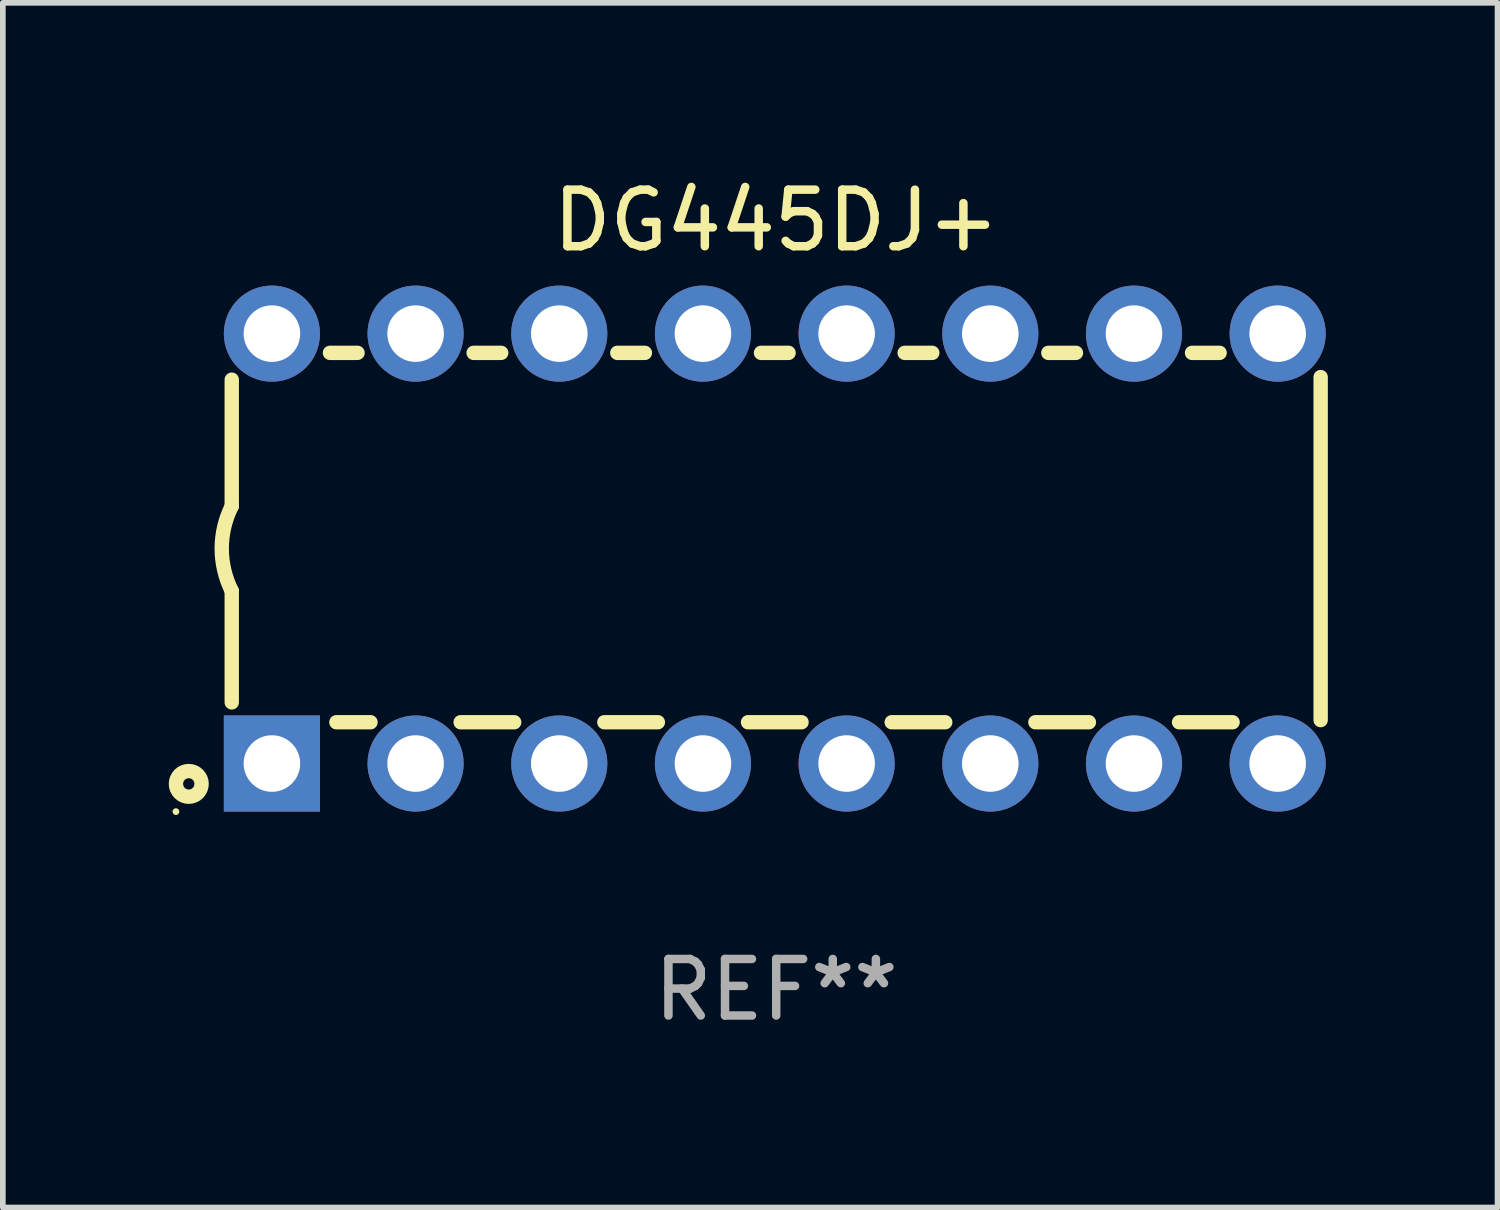
<source format=kicad_pcb>
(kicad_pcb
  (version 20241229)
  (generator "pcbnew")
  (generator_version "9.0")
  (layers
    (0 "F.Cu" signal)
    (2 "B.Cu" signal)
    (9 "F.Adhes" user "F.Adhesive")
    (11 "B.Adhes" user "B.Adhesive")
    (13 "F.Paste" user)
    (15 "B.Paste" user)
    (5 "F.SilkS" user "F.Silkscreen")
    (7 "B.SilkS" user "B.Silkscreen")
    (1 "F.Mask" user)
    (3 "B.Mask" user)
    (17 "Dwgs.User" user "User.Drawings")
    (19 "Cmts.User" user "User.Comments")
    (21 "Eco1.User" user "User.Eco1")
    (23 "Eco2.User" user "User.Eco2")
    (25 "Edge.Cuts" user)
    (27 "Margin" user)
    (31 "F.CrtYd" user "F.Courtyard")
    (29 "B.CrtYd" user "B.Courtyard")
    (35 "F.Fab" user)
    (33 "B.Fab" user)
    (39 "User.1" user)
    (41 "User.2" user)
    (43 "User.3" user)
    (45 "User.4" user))
  (footprint "DG445DJ+"
    (layer "F.Cu")
    (at 10.672 6.648)
    (property "Reference" "DG445DJ+" (at 0 -5.8 0) (layer "F.SilkS") (effects (font (size 1 1) (thickness 0.15))))
    (attr through_hole)
    (fp_line (start -9.625 -0.75) (end -9.625 -2.986) (stroke (width 0.254) (type solid)) (layer "F.SilkS"))
    (fp_line (start -9.625 0.749) (end -9.625 2.719) (stroke (width 0.254) (type solid)) (layer "F.SilkS"))
    (fp_line (start -7.889 -3.46) (end -7.401 -3.46) (stroke (width 0.254) (type solid)) (layer "F.SilkS"))
    (fp_line (start -7.775 3.07) (end -7.172 3.07) (stroke (width 0.254) (type solid)) (layer "F.SilkS"))
    (fp_line (start -5.578 3.07) (end -4.632 3.07) (stroke (width 0.254) (type solid)) (layer "F.SilkS"))
    (fp_line (start -5.349 -3.46) (end -4.861 -3.46) (stroke (width 0.254) (type solid)) (layer "F.SilkS"))
    (fp_line (start -3.038 3.07) (end -2.092 3.07) (stroke (width 0.254) (type solid)) (layer "F.SilkS"))
    (fp_line (start -2.809 -3.46) (end -2.321 -3.46) (stroke (width 0.254) (type solid)) (layer "F.SilkS"))
    (fp_line (start -0.498 3.07) (end 0.448 3.07) (stroke (width 0.254) (type solid)) (layer "F.SilkS"))
    (fp_line (start -0.269 -3.46) (end 0.219 -3.46) (stroke (width 0.254) (type solid)) (layer "F.SilkS"))
    (fp_line (start 2.042 3.07) (end 2.988 3.07) (stroke (width 0.254) (type solid)) (layer "F.SilkS"))
    (fp_line (start 2.271 -3.46) (end 2.759 -3.46) (stroke (width 0.254) (type solid)) (layer "F.SilkS"))
    (fp_line (start 4.582 3.07) (end 5.528 3.07) (stroke (width 0.254) (type solid)) (layer "F.SilkS"))
    (fp_line (start 4.811 -3.46) (end 5.299 -3.46) (stroke (width 0.254) (type solid)) (layer "F.SilkS"))
    (fp_line (start 7.122 3.07) (end 8.068 3.07) (stroke (width 0.254) (type solid)) (layer "F.SilkS"))
    (fp_line (start 7.351 -3.46) (end 7.839 -3.46) (stroke (width 0.254) (type solid)) (layer "F.SilkS"))
    (fp_line (start 9.625 3.032) (end 9.625 -3.032) (stroke (width 0.254) (type solid)) (layer "F.SilkS"))
    (fp_arc (start -9.624993 0.748819) (mid -9.801912 -0.000581) (end -9.625019 -0.749987) (stroke (width 0.254001) (type solid)) (layer "F.SilkS"))
    (fp_circle (center -10.612 4.65) (end -10.582 4.65) (stroke (width 0.06) (type solid)) (fill no) (layer "F.SilkS"))
    (fp_circle (center -10.385 4.16) (end -10.285 4.16) (stroke (width 0.254) (type solid)) (fill no) (layer "F.SilkS"))
    (fp_text user "REF**" (at 0 7.8 0) (layer "F.Fab") (effects (font (size 1 1) (thickness 0.15))))
    (pad "1" thru_hole rect (at -8.915 3.8 90) (size 1.7 1.7) (drill 1) (layers "*.Cu" "*.Mask"))
    (pad "2" thru_hole circle (at -6.375 3.8) (size 1.7 1.7) (drill 1) (layers "*.Cu" "*.Mask"))
    (pad "3" thru_hole circle (at -3.835 3.8) (size 1.7 1.7) (drill 1) (layers "*.Cu" "*.Mask"))
    (pad "4" thru_hole circle (at -1.295 3.8) (size 1.7 1.7) (drill 1) (layers "*.Cu" "*.Mask"))
    (pad "5" thru_hole circle (at 1.245 3.8) (size 1.7 1.7) (drill 1) (layers "*.Cu" "*.Mask"))
    (pad "6" thru_hole circle (at 3.785 3.8) (size 1.7 1.7) (drill 1) (layers "*.Cu" "*.Mask"))
    (pad "7" thru_hole circle (at 6.325 3.8) (size 1.7 1.7) (drill 1) (layers "*.Cu" "*.Mask"))
    (pad "8" thru_hole circle (at 8.865 3.8) (size 1.7 1.7) (drill 1) (layers "*.Cu" "*.Mask"))
    (pad "9" thru_hole circle (at 8.865 -3.8) (size 1.7 1.7) (drill 1) (layers "*.Cu" "*.Mask"))
    (pad "10" thru_hole circle (at 6.325 -3.8) (size 1.7 1.7) (drill 1) (layers "*.Cu" "*.Mask"))
    (pad "11" thru_hole circle (at 3.785 -3.8) (size 1.7 1.7) (drill 1) (layers "*.Cu" "*.Mask"))
    (pad "12" thru_hole circle (at 1.245 -3.8) (size 1.7 1.7) (drill 1) (layers "*.Cu" "*.Mask"))
    (pad "13" thru_hole circle (at -1.295 -3.8) (size 1.7 1.7) (drill 1) (layers "*.Cu" "*.Mask"))
    (pad "14" thru_hole circle (at -3.835 -3.8) (size 1.7 1.7) (drill 1) (layers "*.Cu" "*.Mask"))
    (pad "15" thru_hole circle (at -6.375 -3.8) (size 1.7 1.7) (drill 1) (layers "*.Cu" "*.Mask"))
    (pad "16" thru_hole circle (at -8.915 -3.8) (size 1.7 1.7) (drill 1) (layers "*.Cu" "*.Mask")))
  (gr_rect
    (start -3 -3)
    (end 23.424 18.297)
    (stroke (width 0.1) (type default))
    (fill no)
    (layer "Edge.Cuts")))
</source>
